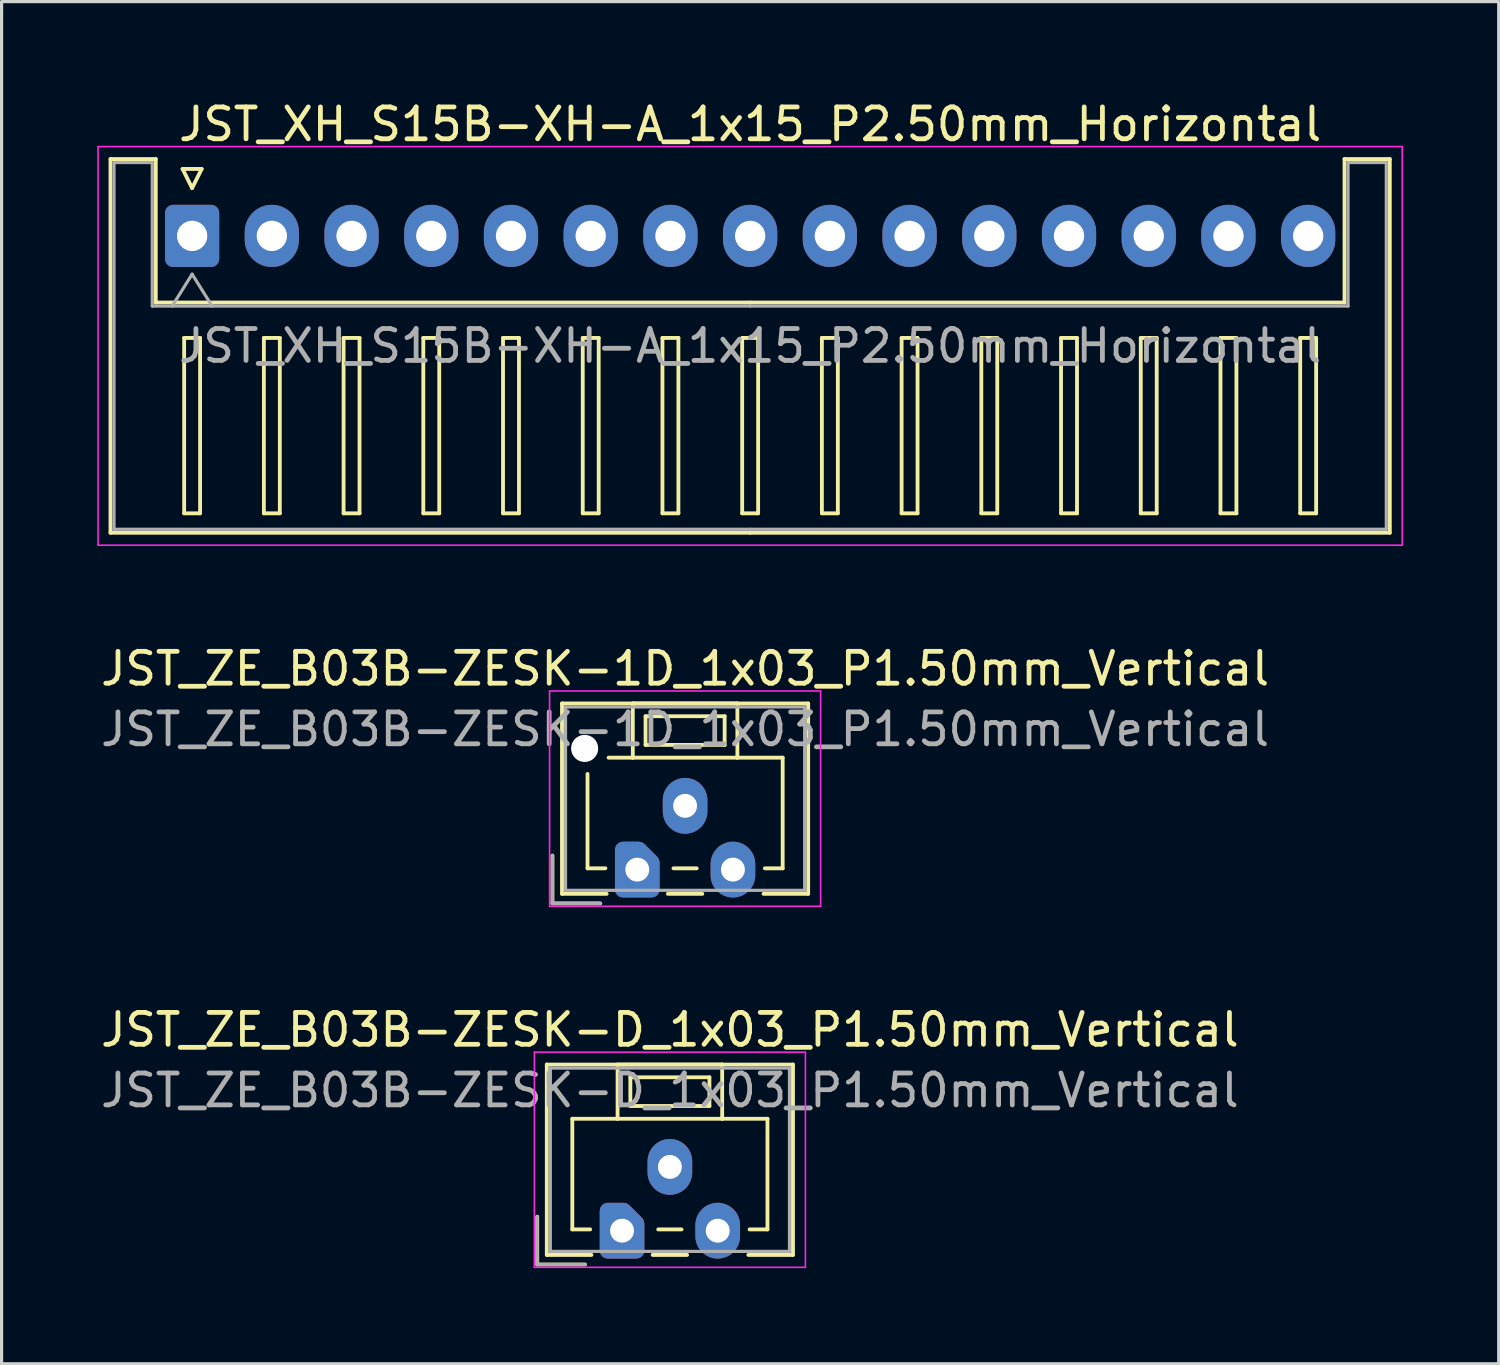
<source format=kicad_pcb>
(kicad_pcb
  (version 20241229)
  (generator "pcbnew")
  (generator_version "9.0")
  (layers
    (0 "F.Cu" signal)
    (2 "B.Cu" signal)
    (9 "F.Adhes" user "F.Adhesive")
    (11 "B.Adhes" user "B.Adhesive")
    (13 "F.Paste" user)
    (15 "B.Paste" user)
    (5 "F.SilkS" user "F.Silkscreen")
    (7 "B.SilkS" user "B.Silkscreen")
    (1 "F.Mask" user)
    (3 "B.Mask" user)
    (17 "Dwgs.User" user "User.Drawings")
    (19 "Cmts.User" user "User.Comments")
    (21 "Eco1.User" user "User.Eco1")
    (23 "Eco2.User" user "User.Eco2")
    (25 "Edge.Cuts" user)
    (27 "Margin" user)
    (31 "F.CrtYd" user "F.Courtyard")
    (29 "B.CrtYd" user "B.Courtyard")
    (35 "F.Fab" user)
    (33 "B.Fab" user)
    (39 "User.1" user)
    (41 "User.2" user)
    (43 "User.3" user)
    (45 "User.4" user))
  (footprint "JST_ZE_B03B-ZESK-D_1x03_P1.50mm_Vertical"
    (layer "F.Cu")
    (at 16.458 35.545)
    (property "Reference" "JST_ZE_B03B-ZESK-D_1x03_P1.50mm_Vertical" (at 1.5 -6.3 0) (layer "F.SilkS") (effects (font (size 1 1) (thickness 0.15))))
    (attr through_hole)
    (fp_line (start -2.66 -0.44) (end -2.66 1.06) (stroke (width 0.12) (type solid)) (layer "F.SilkS"))
    (fp_line (start -2.66 1.06) (end -1.16 1.06) (stroke (width 0.12) (type solid)) (layer "F.SilkS"))
    (fp_line (start -2.36 -5.21) (end 5.36 -5.21) (stroke (width 0.12) (type solid)) (layer "F.SilkS"))
    (fp_line (start -2.36 0.76) (end -2.36 -5.21) (stroke (width 0.12) (type solid)) (layer "F.SilkS"))
    (fp_line (start -1.56 -3.51) (end -1.56 -0.04) (stroke (width 0.12) (type solid)) (layer "F.SilkS"))
    (fp_line (start -1.56 -0.04) (end -1 -0.04) (stroke (width 0.12) (type solid)) (layer "F.SilkS"))
    (fp_line (start -0.96 0.76) (end -2.36 0.76) (stroke (width 0.12) (type solid)) (layer "F.SilkS"))
    (fp_line (start -0.14 -5.21) (end -0.14 -3.51) (stroke (width 0.12) (type solid)) (layer "F.SilkS"))
    (fp_line (start -0.14 -3.51) (end -1.56 -3.51) (stroke (width 0.12) (type solid)) (layer "F.SilkS"))
    (fp_line (start -0.14 -3.51) (end 3.14 -3.51) (stroke (width 0.12) (type solid)) (layer "F.SilkS"))
    (fp_line (start 0.26 -4.81) (end 0.26 -3.91) (stroke (width 0.12) (type solid)) (layer "F.SilkS"))
    (fp_line (start 0.26 -3.91) (end 2.74 -3.91) (stroke (width 0.12) (type solid)) (layer "F.SilkS"))
    (fp_line (start 0.96 0.76) (end 2.04 0.76) (stroke (width 0.12) (type solid)) (layer "F.SilkS"))
    (fp_line (start 1.135 -0.04) (end 1.865 -0.04) (stroke (width 0.12) (type solid)) (layer "F.SilkS"))
    (fp_line (start 2.74 -4.81) (end 0.26 -4.81) (stroke (width 0.12) (type solid)) (layer "F.SilkS"))
    (fp_line (start 2.74 -3.91) (end 2.74 -4.81) (stroke (width 0.12) (type solid)) (layer "F.SilkS"))
    (fp_line (start 3.14 -5.21) (end -0.14 -5.21) (stroke (width 0.12) (type solid)) (layer "F.SilkS"))
    (fp_line (start 3.14 -3.51) (end 3.14 -5.21) (stroke (width 0.12) (type solid)) (layer "F.SilkS"))
    (fp_line (start 3.14 -3.51) (end 4.56 -3.51) (stroke (width 0.12) (type solid)) (layer "F.SilkS"))
    (fp_line (start 4.56 -3.51) (end 4.56 -0.04) (stroke (width 0.12) (type solid)) (layer "F.SilkS"))
    (fp_line (start 4.56 -0.04) (end 4 -0.04) (stroke (width 0.12) (type solid)) (layer "F.SilkS"))
    (fp_line (start 5.36 -5.21) (end 5.36 0.76) (stroke (width 0.12) (type solid)) (layer "F.SilkS"))
    (fp_line (start 5.36 0.76) (end 3.96 0.76) (stroke (width 0.12) (type solid)) (layer "F.SilkS"))
    (fp_line (start -2.75 -5.6) (end -2.75 1.15) (stroke (width 0.05) (type solid)) (layer "F.CrtYd"))
    (fp_line (start -2.75 1.15) (end 5.75 1.15) (stroke (width 0.05) (type solid)) (layer "F.CrtYd"))
    (fp_line (start 5.75 -5.6) (end -2.75 -5.6) (stroke (width 0.05) (type solid)) (layer "F.CrtYd"))
    (fp_line (start 5.75 1.15) (end 5.75 -5.6) (stroke (width 0.05) (type solid)) (layer "F.CrtYd"))
    (fp_line (start -2.66 -0.44) (end -2.66 1.06) (stroke (width 0.1) (type solid)) (layer "F.Fab"))
    (fp_line (start -2.66 1.06) (end -1.16 1.06) (stroke (width 0.1) (type solid)) (layer "F.Fab"))
    (fp_line (start -2.25 -5.1) (end -2.25 0.65) (stroke (width 0.1) (type solid)) (layer "F.Fab"))
    (fp_line (start -2.25 0.65) (end 5.25 0.65) (stroke (width 0.1) (type solid)) (layer "F.Fab"))
    (fp_line (start 5.25 -5.1) (end -2.25 -5.1) (stroke (width 0.1) (type solid)) (layer "F.Fab"))
    (fp_line (start 5.25 0.65) (end 5.25 -5.1) (stroke (width 0.1) (type solid)) (layer "F.Fab"))
    (fp_text user "${REFERENCE}" (at 1.5 -4.4 0) (layer "F.Fab") (effects (font (size 1 1) (thickness 0.15))))
    (pad "1" thru_hole custom (at 0 0) (size 1.117 1.117) (drill 0.75) (layers "*.Cu" "*.Mask") (options (anchor circle)) (primitives (gr_poly (pts (xy -0.45 -0.625) (xy 0.05 -0.625) (xy 0.45 -0.225) (xy 0.45 0.625) (xy -0.45 0.625)) (width 0.5) (fill yes))))
    (pad "2" thru_hole oval (at 1.5 -2) (size 1.4 1.75) (drill 0.75) (layers "*.Cu" "*.Mask"))
    (pad "3" thru_hole oval (at 3 0) (size 1.4 1.75) (drill 0.75) (layers "*.Cu" "*.Mask")))
  (footprint "JST_XH_S15B-XH-A_1x15_P2.50mm_Horizontal"
    (layer "F.Cu")
    (at 2.975 4.348)
    (property "Reference" "JST_XH_S15B-XH-A_1x15_P2.50mm_Horizontal" (at 17.5 -3.5 0) (layer "F.SilkS") (effects (font (size 1 1) (thickness 0.15))))
    (attr through_hole)
    (fp_line (start -2.56 -2.41) (end -1.14 -2.41) (stroke (width 0.12) (type solid)) (layer "F.SilkS"))
    (fp_line (start -2.56 9.31) (end -2.56 -2.41) (stroke (width 0.12) (type solid)) (layer "F.SilkS"))
    (fp_line (start -1.14 -2.41) (end -1.14 2.09) (stroke (width 0.12) (type solid)) (layer "F.SilkS"))
    (fp_line (start -1.14 2.09) (end 17.5 2.09) (stroke (width 0.12) (type solid)) (layer "F.SilkS"))
    (fp_line (start -0.3 -2.1) (end 0.3 -2.1) (stroke (width 0.12) (type solid)) (layer "F.SilkS"))
    (fp_line (start -0.25 3.2) (end -0.25 8.7) (stroke (width 0.12) (type solid)) (layer "F.SilkS"))
    (fp_line (start -0.25 8.7) (end 0.25 8.7) (stroke (width 0.12) (type solid)) (layer "F.SilkS"))
    (fp_line (start 0 -1.5) (end -0.3 -2.1) (stroke (width 0.12) (type solid)) (layer "F.SilkS"))
    (fp_line (start 0.25 3.2) (end -0.25 3.2) (stroke (width 0.12) (type solid)) (layer "F.SilkS"))
    (fp_line (start 0.25 8.7) (end 0.25 3.2) (stroke (width 0.12) (type solid)) (layer "F.SilkS"))
    (fp_line (start 0.3 -2.1) (end 0 -1.5) (stroke (width 0.12) (type solid)) (layer "F.SilkS"))
    (fp_line (start 2.25 3.2) (end 2.25 8.7) (stroke (width 0.12) (type solid)) (layer "F.SilkS"))
    (fp_line (start 2.25 8.7) (end 2.75 8.7) (stroke (width 0.12) (type solid)) (layer "F.SilkS"))
    (fp_line (start 2.75 3.2) (end 2.25 3.2) (stroke (width 0.12) (type solid)) (layer "F.SilkS"))
    (fp_line (start 2.75 8.7) (end 2.75 3.2) (stroke (width 0.12) (type solid)) (layer "F.SilkS"))
    (fp_line (start 4.75 3.2) (end 4.75 8.7) (stroke (width 0.12) (type solid)) (layer "F.SilkS"))
    (fp_line (start 4.75 8.7) (end 5.25 8.7) (stroke (width 0.12) (type solid)) (layer "F.SilkS"))
    (fp_line (start 5.25 3.2) (end 4.75 3.2) (stroke (width 0.12) (type solid)) (layer "F.SilkS"))
    (fp_line (start 5.25 8.7) (end 5.25 3.2) (stroke (width 0.12) (type solid)) (layer "F.SilkS"))
    (fp_line (start 7.25 3.2) (end 7.25 8.7) (stroke (width 0.12) (type solid)) (layer "F.SilkS"))
    (fp_line (start 7.25 8.7) (end 7.75 8.7) (stroke (width 0.12) (type solid)) (layer "F.SilkS"))
    (fp_line (start 7.75 3.2) (end 7.25 3.2) (stroke (width 0.12) (type solid)) (layer "F.SilkS"))
    (fp_line (start 7.75 8.7) (end 7.75 3.2) (stroke (width 0.12) (type solid)) (layer "F.SilkS"))
    (fp_line (start 9.75 3.2) (end 9.75 8.7) (stroke (width 0.12) (type solid)) (layer "F.SilkS"))
    (fp_line (start 9.75 8.7) (end 10.25 8.7) (stroke (width 0.12) (type solid)) (layer "F.SilkS"))
    (fp_line (start 10.25 3.2) (end 9.75 3.2) (stroke (width 0.12) (type solid)) (layer "F.SilkS"))
    (fp_line (start 10.25 8.7) (end 10.25 3.2) (stroke (width 0.12) (type solid)) (layer "F.SilkS"))
    (fp_line (start 12.25 3.2) (end 12.25 8.7) (stroke (width 0.12) (type solid)) (layer "F.SilkS"))
    (fp_line (start 12.25 8.7) (end 12.75 8.7) (stroke (width 0.12) (type solid)) (layer "F.SilkS"))
    (fp_line (start 12.75 3.2) (end 12.25 3.2) (stroke (width 0.12) (type solid)) (layer "F.SilkS"))
    (fp_line (start 12.75 8.7) (end 12.75 3.2) (stroke (width 0.12) (type solid)) (layer "F.SilkS"))
    (fp_line (start 14.75 3.2) (end 14.75 8.7) (stroke (width 0.12) (type solid)) (layer "F.SilkS"))
    (fp_line (start 14.75 8.7) (end 15.25 8.7) (stroke (width 0.12) (type solid)) (layer "F.SilkS"))
    (fp_line (start 15.25 3.2) (end 14.75 3.2) (stroke (width 0.12) (type solid)) (layer "F.SilkS"))
    (fp_line (start 15.25 8.7) (end 15.25 3.2) (stroke (width 0.12) (type solid)) (layer "F.SilkS"))
    (fp_line (start 17.25 3.2) (end 17.25 8.7) (stroke (width 0.12) (type solid)) (layer "F.SilkS"))
    (fp_line (start 17.25 8.7) (end 17.75 8.7) (stroke (width 0.12) (type solid)) (layer "F.SilkS"))
    (fp_line (start 17.5 9.31) (end -2.56 9.31) (stroke (width 0.12) (type solid)) (layer "F.SilkS"))
    (fp_line (start 17.5 9.31) (end 37.56 9.31) (stroke (width 0.12) (type solid)) (layer "F.SilkS"))
    (fp_line (start 17.75 3.2) (end 17.25 3.2) (stroke (width 0.12) (type solid)) (layer "F.SilkS"))
    (fp_line (start 17.75 8.7) (end 17.75 3.2) (stroke (width 0.12) (type solid)) (layer "F.SilkS"))
    (fp_line (start 19.75 3.2) (end 19.75 8.7) (stroke (width 0.12) (type solid)) (layer "F.SilkS"))
    (fp_line (start 19.75 8.7) (end 20.25 8.7) (stroke (width 0.12) (type solid)) (layer "F.SilkS"))
    (fp_line (start 20.25 3.2) (end 19.75 3.2) (stroke (width 0.12) (type solid)) (layer "F.SilkS"))
    (fp_line (start 20.25 8.7) (end 20.25 3.2) (stroke (width 0.12) (type solid)) (layer "F.SilkS"))
    (fp_line (start 22.25 3.2) (end 22.25 8.7) (stroke (width 0.12) (type solid)) (layer "F.SilkS"))
    (fp_line (start 22.25 8.7) (end 22.75 8.7) (stroke (width 0.12) (type solid)) (layer "F.SilkS"))
    (fp_line (start 22.75 3.2) (end 22.25 3.2) (stroke (width 0.12) (type solid)) (layer "F.SilkS"))
    (fp_line (start 22.75 8.7) (end 22.75 3.2) (stroke (width 0.12) (type solid)) (layer "F.SilkS"))
    (fp_line (start 24.75 3.2) (end 24.75 8.7) (stroke (width 0.12) (type solid)) (layer "F.SilkS"))
    (fp_line (start 24.75 8.7) (end 25.25 8.7) (stroke (width 0.12) (type solid)) (layer "F.SilkS"))
    (fp_line (start 25.25 3.2) (end 24.75 3.2) (stroke (width 0.12) (type solid)) (layer "F.SilkS"))
    (fp_line (start 25.25 8.7) (end 25.25 3.2) (stroke (width 0.12) (type solid)) (layer "F.SilkS"))
    (fp_line (start 27.25 3.2) (end 27.25 8.7) (stroke (width 0.12) (type solid)) (layer "F.SilkS"))
    (fp_line (start 27.25 8.7) (end 27.75 8.7) (stroke (width 0.12) (type solid)) (layer "F.SilkS"))
    (fp_line (start 27.75 3.2) (end 27.25 3.2) (stroke (width 0.12) (type solid)) (layer "F.SilkS"))
    (fp_line (start 27.75 8.7) (end 27.75 3.2) (stroke (width 0.12) (type solid)) (layer "F.SilkS"))
    (fp_line (start 29.75 3.2) (end 29.75 8.7) (stroke (width 0.12) (type solid)) (layer "F.SilkS"))
    (fp_line (start 29.75 8.7) (end 30.25 8.7) (stroke (width 0.12) (type solid)) (layer "F.SilkS"))
    (fp_line (start 30.25 3.2) (end 29.75 3.2) (stroke (width 0.12) (type solid)) (layer "F.SilkS"))
    (fp_line (start 30.25 8.7) (end 30.25 3.2) (stroke (width 0.12) (type solid)) (layer "F.SilkS"))
    (fp_line (start 32.25 3.2) (end 32.25 8.7) (stroke (width 0.12) (type solid)) (layer "F.SilkS"))
    (fp_line (start 32.25 8.7) (end 32.75 8.7) (stroke (width 0.12) (type solid)) (layer "F.SilkS"))
    (fp_line (start 32.75 3.2) (end 32.25 3.2) (stroke (width 0.12) (type solid)) (layer "F.SilkS"))
    (fp_line (start 32.75 8.7) (end 32.75 3.2) (stroke (width 0.12) (type solid)) (layer "F.SilkS"))
    (fp_line (start 34.75 3.2) (end 34.75 8.7) (stroke (width 0.12) (type solid)) (layer "F.SilkS"))
    (fp_line (start 34.75 8.7) (end 35.25 8.7) (stroke (width 0.12) (type solid)) (layer "F.SilkS"))
    (fp_line (start 35.25 3.2) (end 34.75 3.2) (stroke (width 0.12) (type solid)) (layer "F.SilkS"))
    (fp_line (start 35.25 8.7) (end 35.25 3.2) (stroke (width 0.12) (type solid)) (layer "F.SilkS"))
    (fp_line (start 36.14 -2.41) (end 36.14 2.09) (stroke (width 0.12) (type solid)) (layer "F.SilkS"))
    (fp_line (start 36.14 2.09) (end 17.5 2.09) (stroke (width 0.12) (type solid)) (layer "F.SilkS"))
    (fp_line (start 37.56 -2.41) (end 36.14 -2.41) (stroke (width 0.12) (type solid)) (layer "F.SilkS"))
    (fp_line (start 37.56 9.31) (end 37.56 -2.41) (stroke (width 0.12) (type solid)) (layer "F.SilkS"))
    (fp_line (start -2.95 -2.8) (end -2.95 9.7) (stroke (width 0.05) (type solid)) (layer "F.CrtYd"))
    (fp_line (start -2.95 9.7) (end 37.95 9.7) (stroke (width 0.05) (type solid)) (layer "F.CrtYd"))
    (fp_line (start 37.95 -2.8) (end -2.95 -2.8) (stroke (width 0.05) (type solid)) (layer "F.CrtYd"))
    (fp_line (start 37.95 9.7) (end 37.95 -2.8) (stroke (width 0.05) (type solid)) (layer "F.CrtYd"))
    (fp_line (start -2.45 -2.3) (end -1.25 -2.3) (stroke (width 0.1) (type solid)) (layer "F.Fab"))
    (fp_line (start -2.45 9.2) (end -2.45 -2.3) (stroke (width 0.1) (type solid)) (layer "F.Fab"))
    (fp_line (start -1.25 -2.3) (end -1.25 2.2) (stroke (width 0.1) (type solid)) (layer "F.Fab"))
    (fp_line (start -1.25 2.2) (end 17.5 2.2) (stroke (width 0.1) (type solid)) (layer "F.Fab"))
    (fp_line (start -0.625 2.2) (end 0 1.2) (stroke (width 0.1) (type solid)) (layer "F.Fab"))
    (fp_line (start 0 1.2) (end 0.625 2.2) (stroke (width 0.1) (type solid)) (layer "F.Fab"))
    (fp_line (start 17.5 9.2) (end -2.45 9.2) (stroke (width 0.1) (type solid)) (layer "F.Fab"))
    (fp_line (start 17.5 9.2) (end 37.45 9.2) (stroke (width 0.1) (type solid)) (layer "F.Fab"))
    (fp_line (start 36.25 -2.3) (end 36.25 2.2) (stroke (width 0.1) (type solid)) (layer "F.Fab"))
    (fp_line (start 36.25 2.2) (end 17.5 2.2) (stroke (width 0.1) (type solid)) (layer "F.Fab"))
    (fp_line (start 37.45 -2.3) (end 36.25 -2.3) (stroke (width 0.1) (type solid)) (layer "F.Fab"))
    (fp_line (start 37.45 9.2) (end 37.45 -2.3) (stroke (width 0.1) (type solid)) (layer "F.Fab"))
    (fp_text user "${REFERENCE}" (at 17.5 3.45 0) (layer "F.Fab") (effects (font (size 1 1) (thickness 0.15))))
    (pad "1" thru_hole roundrect (at 0 0) (size 1.7 1.95) (drill 0.95) (layers "*.Cu" "*.Mask") (roundrect_rratio 0.147))
    (pad "2" thru_hole oval (at 2.5 0) (size 1.7 1.95) (drill 0.95) (layers "*.Cu" "*.Mask"))
    (pad "3" thru_hole oval (at 5 0) (size 1.7 1.95) (drill 0.95) (layers "*.Cu" "*.Mask"))
    (pad "4" thru_hole oval (at 7.5 0) (size 1.7 1.95) (drill 0.95) (layers "*.Cu" "*.Mask"))
    (pad "5" thru_hole oval (at 10 0) (size 1.7 1.95) (drill 0.95) (layers "*.Cu" "*.Mask"))
    (pad "6" thru_hole oval (at 12.5 0) (size 1.7 1.95) (drill 0.95) (layers "*.Cu" "*.Mask"))
    (pad "7" thru_hole oval (at 15 0) (size 1.7 1.95) (drill 0.95) (layers "*.Cu" "*.Mask"))
    (pad "8" thru_hole oval (at 17.5 0) (size 1.7 1.95) (drill 0.95) (layers "*.Cu" "*.Mask"))
    (pad "9" thru_hole oval (at 20 0) (size 1.7 1.95) (drill 0.95) (layers "*.Cu" "*.Mask"))
    (pad "10" thru_hole oval (at 22.5 0) (size 1.7 1.95) (drill 0.95) (layers "*.Cu" "*.Mask"))
    (pad "11" thru_hole oval (at 25 0) (size 1.7 1.95) (drill 0.95) (layers "*.Cu" "*.Mask"))
    (pad "12" thru_hole oval (at 27.5 0) (size 1.7 1.95) (drill 0.95) (layers "*.Cu" "*.Mask"))
    (pad "13" thru_hole oval (at 30 0) (size 1.7 1.95) (drill 0.95) (layers "*.Cu" "*.Mask"))
    (pad "14" thru_hole oval (at 32.5 0) (size 1.7 1.95) (drill 0.95) (layers "*.Cu" "*.Mask"))
    (pad "15" thru_hole oval (at 35 0) (size 1.7 1.95) (drill 0.95) (layers "*.Cu" "*.Mask")))
  (footprint "JST_ZE_B03B-ZESK-1D_1x03_P1.50mm_Vertical"
    (layer "F.Cu")
    (at 16.935 24.221)
    (property "Reference" "JST_ZE_B03B-ZESK-1D_1x03_P1.50mm_Vertical" (at 1.5 -6.3 0) (layer "F.SilkS") (effects (font (size 1 1) (thickness 0.15))))
    (attr through_hole)
    (fp_line (start -2.66 -0.44) (end -2.66 1.06) (stroke (width 0.12) (type solid)) (layer "F.SilkS"))
    (fp_line (start -2.66 1.06) (end -1.16 1.06) (stroke (width 0.12) (type solid)) (layer "F.SilkS"))
    (fp_line (start -2.36 -5.21) (end 5.36 -5.21) (stroke (width 0.12) (type solid)) (layer "F.SilkS"))
    (fp_line (start -2.36 0.76) (end -2.36 -5.21) (stroke (width 0.12) (type solid)) (layer "F.SilkS"))
    (fp_line (start -1.56 -3) (end -1.56 -0.04) (stroke (width 0.12) (type solid)) (layer "F.SilkS"))
    (fp_line (start -1.56 -0.04) (end -1 -0.04) (stroke (width 0.12) (type solid)) (layer "F.SilkS"))
    (fp_line (start -0.96 0.76) (end -2.36 0.76) (stroke (width 0.12) (type solid)) (layer "F.SilkS"))
    (fp_line (start -0.14 -5.21) (end -0.14 -3.51) (stroke (width 0.12) (type solid)) (layer "F.SilkS"))
    (fp_line (start -0.14 -3.51) (end -0.9 -3.51) (stroke (width 0.12) (type solid)) (layer "F.SilkS"))
    (fp_line (start -0.14 -3.51) (end 3.14 -3.51) (stroke (width 0.12) (type solid)) (layer "F.SilkS"))
    (fp_line (start 0.26 -4.81) (end 0.26 -3.91) (stroke (width 0.12) (type solid)) (layer "F.SilkS"))
    (fp_line (start 0.26 -3.91) (end 2.74 -3.91) (stroke (width 0.12) (type solid)) (layer "F.SilkS"))
    (fp_line (start 0.96 0.76) (end 2.04 0.76) (stroke (width 0.12) (type solid)) (layer "F.SilkS"))
    (fp_line (start 1.135 -0.04) (end 1.865 -0.04) (stroke (width 0.12) (type solid)) (layer "F.SilkS"))
    (fp_line (start 2.74 -4.81) (end 0.26 -4.81) (stroke (width 0.12) (type solid)) (layer "F.SilkS"))
    (fp_line (start 2.74 -3.91) (end 2.74 -4.81) (stroke (width 0.12) (type solid)) (layer "F.SilkS"))
    (fp_line (start 3.14 -5.21) (end -0.14 -5.21) (stroke (width 0.12) (type solid)) (layer "F.SilkS"))
    (fp_line (start 3.14 -3.51) (end 3.14 -5.21) (stroke (width 0.12) (type solid)) (layer "F.SilkS"))
    (fp_line (start 3.14 -3.51) (end 4.56 -3.51) (stroke (width 0.12) (type solid)) (layer "F.SilkS"))
    (fp_line (start 4.56 -3.51) (end 4.56 -0.04) (stroke (width 0.12) (type solid)) (layer "F.SilkS"))
    (fp_line (start 4.56 -0.04) (end 4 -0.04) (stroke (width 0.12) (type solid)) (layer "F.SilkS"))
    (fp_line (start 5.36 -5.21) (end 5.36 0.76) (stroke (width 0.12) (type solid)) (layer "F.SilkS"))
    (fp_line (start 5.36 0.76) (end 3.96 0.76) (stroke (width 0.12) (type solid)) (layer "F.SilkS"))
    (fp_line (start -2.75 -5.6) (end -2.75 1.15) (stroke (width 0.05) (type solid)) (layer "F.CrtYd"))
    (fp_line (start -2.75 1.15) (end 5.75 1.15) (stroke (width 0.05) (type solid)) (layer "F.CrtYd"))
    (fp_line (start 5.75 -5.6) (end -2.75 -5.6) (stroke (width 0.05) (type solid)) (layer "F.CrtYd"))
    (fp_line (start 5.75 1.15) (end 5.75 -5.6) (stroke (width 0.05) (type solid)) (layer "F.CrtYd"))
    (fp_line (start -2.66 -0.44) (end -2.66 1.06) (stroke (width 0.1) (type solid)) (layer "F.Fab"))
    (fp_line (start -2.66 1.06) (end -1.16 1.06) (stroke (width 0.1) (type solid)) (layer "F.Fab"))
    (fp_line (start -2.25 -5.1) (end -2.25 0.65) (stroke (width 0.1) (type solid)) (layer "F.Fab"))
    (fp_line (start -2.25 0.65) (end 5.25 0.65) (stroke (width 0.1) (type solid)) (layer "F.Fab"))
    (fp_line (start 5.25 -5.1) (end -2.25 -5.1) (stroke (width 0.1) (type solid)) (layer "F.Fab"))
    (fp_line (start 5.25 0.65) (end 5.25 -5.1) (stroke (width 0.1) (type solid)) (layer "F.Fab"))
    (fp_text user "${REFERENCE}" (at 1.5 -4.4 0) (layer "F.Fab") (effects (font (size 1 1) (thickness 0.15))))
    (pad "" np_thru_hole circle (at -1.65 -3.8) (size 0.85 0.85) (drill 0.85) (layers "*.Cu" "*.Mask"))
    (pad "1" thru_hole custom (at 0 0) (size 1.117 1.117) (drill 0.75) (layers "*.Cu" "*.Mask") (options (anchor circle)) (primitives (gr_poly (pts (xy -0.45 -0.625) (xy 0.05 -0.625) (xy 0.45 -0.225) (xy 0.45 0.625) (xy -0.45 0.625)) (width 0.5) (fill yes))))
    (pad "2" thru_hole oval (at 1.5 -2) (size 1.4 1.75) (drill 0.75) (layers "*.Cu" "*.Mask"))
    (pad "3" thru_hole oval (at 3 0) (size 1.4 1.75) (drill 0.75) (layers "*.Cu" "*.Mask")))
  (gr_rect
    (start -3 -3)
    (end 43.95 39.72)
    (stroke (width 0.1) (type default))
    (fill no)
    (layer "Edge.Cuts")))
</source>
